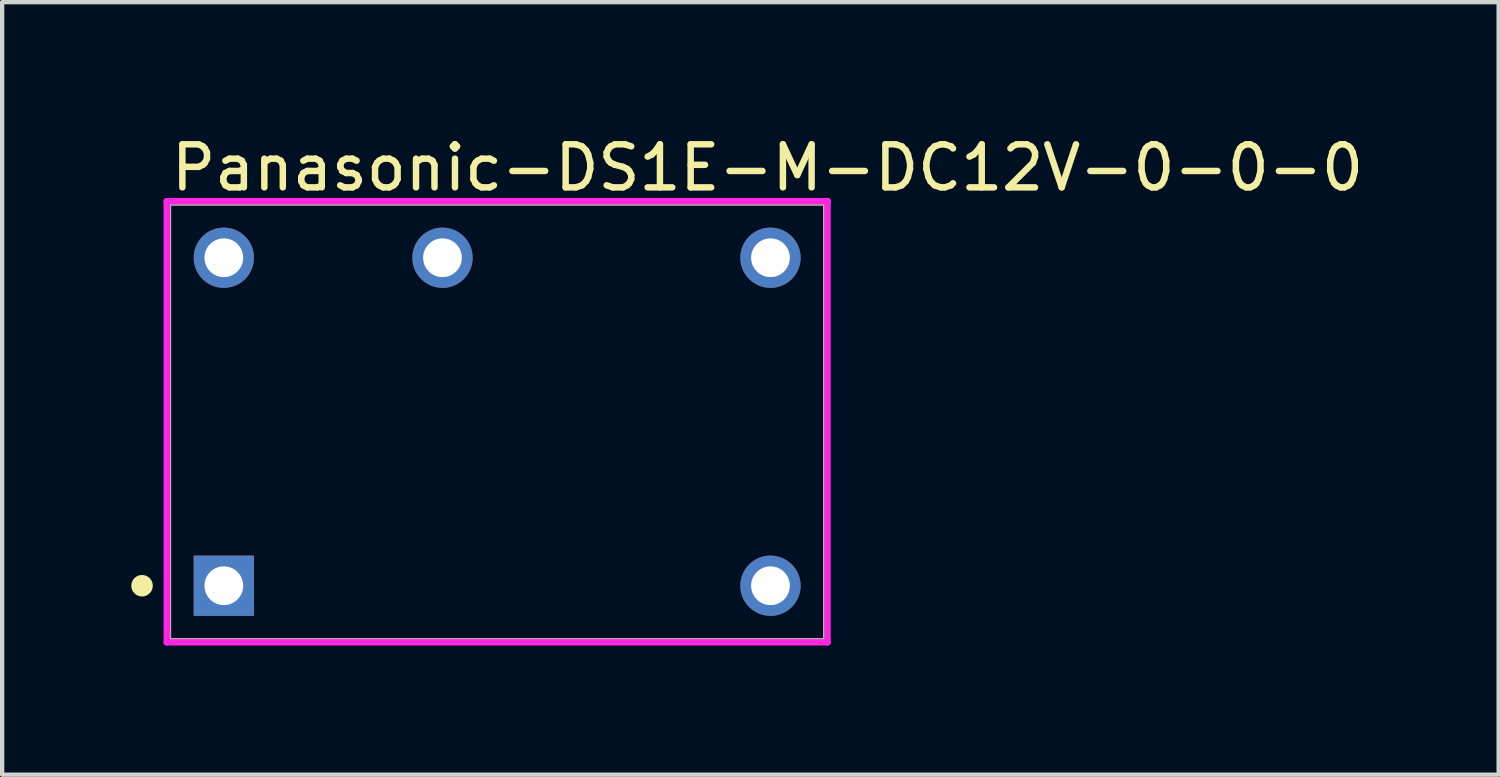
<source format=kicad_pcb>
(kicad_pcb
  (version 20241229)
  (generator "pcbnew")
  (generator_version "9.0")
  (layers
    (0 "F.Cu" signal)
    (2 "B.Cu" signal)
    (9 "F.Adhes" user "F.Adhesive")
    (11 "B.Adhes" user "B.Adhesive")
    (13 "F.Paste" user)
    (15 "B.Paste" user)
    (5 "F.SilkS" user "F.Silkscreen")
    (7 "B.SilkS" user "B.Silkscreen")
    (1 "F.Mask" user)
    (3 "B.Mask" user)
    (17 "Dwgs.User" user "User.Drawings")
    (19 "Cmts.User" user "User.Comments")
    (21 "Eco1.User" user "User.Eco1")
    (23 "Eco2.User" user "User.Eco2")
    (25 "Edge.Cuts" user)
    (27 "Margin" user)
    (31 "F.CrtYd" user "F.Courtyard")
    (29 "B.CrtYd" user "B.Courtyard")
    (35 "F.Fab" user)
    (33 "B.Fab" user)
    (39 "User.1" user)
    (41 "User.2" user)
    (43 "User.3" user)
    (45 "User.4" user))
  (footprint "Panasonic-DS1E-M-DC12V-0-0-0"
    (layer "F.Cu")
    (at 8.5 6.748)
    (property "Reference" "Panasonic-DS1E-M-DC12V-0-0-0" (at -7.65 -5.9 0) (layer "F.SilkS") (effects (font (size 1 1) (thickness 0.15)) (justify left)))
    (attr through_hole)
    (fp_line (start -7.65 -5.1) (end 7.65 -5.1) (stroke (width 0.15) (type solid)) (layer "F.SilkS"))
    (fp_line (start -7.65 5.1) (end -7.65 -5.1) (stroke (width 0.15) (type solid)) (layer "F.SilkS"))
    (fp_line (start -7.65 5.1) (end 7.65 5.1) (stroke (width 0.15) (type solid)) (layer "F.SilkS"))
    (fp_line (start 7.65 5.1) (end 7.65 -5.1) (stroke (width 0.15) (type solid)) (layer "F.SilkS"))
    (fp_circle (center -8.25 3.81) (end -8.125 3.81) (stroke (width 0.25) (type solid)) (fill no) (layer "F.SilkS"))
    (fp_line (start -7.675 -5.125) (end -7.675 5.125) (stroke (width 0.15) (type solid)) (layer "F.CrtYd"))
    (fp_line (start -7.675 5.125) (end 7.675 5.125) (stroke (width 0.15) (type solid)) (layer "F.CrtYd"))
    (fp_line (start 7.675 -5.125) (end -7.675 -5.125) (stroke (width 0.15) (type solid)) (layer "F.CrtYd"))
    (fp_line (start 7.675 -5.125) (end 7.675 -5.125) (stroke (width 0.15) (type solid)) (layer "F.CrtYd"))
    (fp_line (start 7.675 5.125) (end 7.675 -5.125) (stroke (width 0.15) (type solid)) (layer "F.CrtYd"))
    (fp_line (start -7.65 -5.1) (end 7.65 -5.1) (stroke (width 0.15) (type solid)) (layer "F.Fab"))
    (fp_line (start -7.65 5.1) (end -7.65 -5.1) (stroke (width 0.15) (type solid)) (layer "F.Fab"))
    (fp_line (start 7.65 -5.1) (end 7.65 5.1) (stroke (width 0.15) (type solid)) (layer "F.Fab"))
    (fp_line (start 7.65 5.1) (end -7.65 5.1) (stroke (width 0.15) (type solid)) (layer "F.Fab"))
    (pad "1" thru_hole rect (at -6.35 3.81) (size 1.4 1.4) (drill 0.9) (layers "*.Cu"))
    (pad "6" thru_hole circle (at 6.35 3.81) (size 1.4 1.4) (drill 0.9) (layers "*.Cu"))
    (pad "7" thru_hole circle (at 6.35 -3.81) (size 1.4 1.4) (drill 0.9) (layers "*.Cu"))
    (pad "10" thru_hole circle (at -1.27 -3.81) (size 1.4 1.4) (drill 0.9) (layers "*.Cu"))
    (pad "12" thru_hole circle (at -6.35 -3.81) (size 1.4 1.4) (drill 0.9) (layers "*.Cu")))
  (gr_rect
    (start -3 -3)
    (end 31.767 14.948)
    (stroke (width 0.1) (type default))
    (fill no)
    (layer "Edge.Cuts")))
</source>
